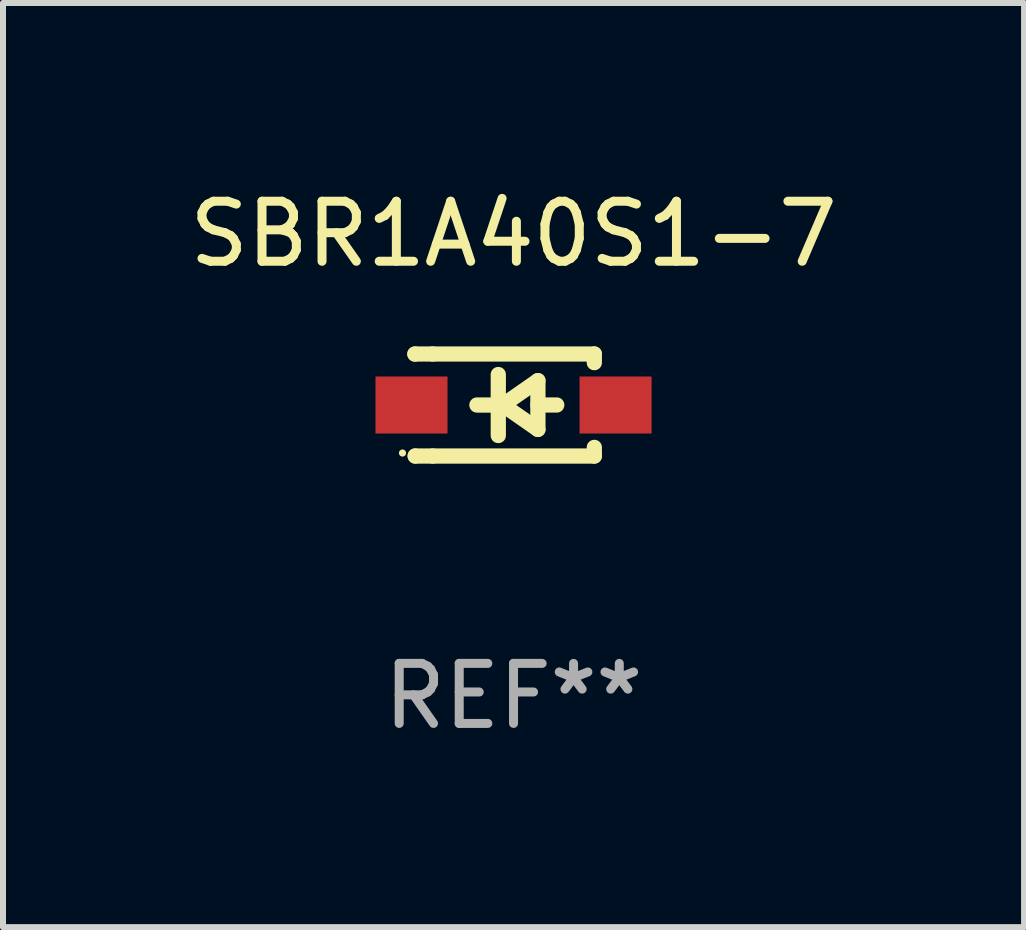
<source format=kicad_pcb>
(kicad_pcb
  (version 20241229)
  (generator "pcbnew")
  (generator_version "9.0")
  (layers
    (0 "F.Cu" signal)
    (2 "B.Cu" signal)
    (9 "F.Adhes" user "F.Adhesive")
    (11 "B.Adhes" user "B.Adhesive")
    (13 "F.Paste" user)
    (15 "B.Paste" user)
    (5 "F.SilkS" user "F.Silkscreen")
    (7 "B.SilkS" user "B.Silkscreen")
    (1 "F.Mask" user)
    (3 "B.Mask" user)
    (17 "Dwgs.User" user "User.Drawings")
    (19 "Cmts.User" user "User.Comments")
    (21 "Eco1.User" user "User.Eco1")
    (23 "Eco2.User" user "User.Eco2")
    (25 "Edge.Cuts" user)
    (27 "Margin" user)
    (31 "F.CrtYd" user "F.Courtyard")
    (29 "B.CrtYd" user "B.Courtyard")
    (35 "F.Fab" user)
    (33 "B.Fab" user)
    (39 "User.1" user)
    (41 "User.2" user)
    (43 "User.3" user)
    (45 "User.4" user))
  (footprint "SBR1A40S1-7"
    (layer "F.Cu")
    (at 5.506 3.698)
    (property "Reference" "SBR1A40S1-7" (at 0 -2.85 0) (layer "F.SilkS") (effects (font (size 1 1) (thickness 0.15))))
    (attr through_hole)
    (fp_line (start -1.643 -0.85) (end -1.644 -0.849) (stroke (width 0.254) (type solid)) (layer "F.SilkS"))
    (fp_line (start -1.638 0.85) (end -1.639 0.849) (stroke (width 0.254) (type solid)) (layer "F.SilkS"))
    (fp_line (start -1.346 -0.85) (end -1.643 -0.85) (stroke (width 0.254) (type solid)) (layer "F.SilkS"))
    (fp_line (start -1.346 -0.85) (end 1.346 -0.85) (stroke (width 0.254) (type solid)) (layer "F.SilkS"))
    (fp_line (start -1.346 0.85) (end -1.638 0.85) (stroke (width 0.254) (type solid)) (layer "F.SilkS"))
    (fp_line (start -0.28 0) (end -0.61 0) (stroke (width 0.254) (type solid)) (layer "F.SilkS"))
    (fp_line (start -0.254 -0.508) (end -0.254 0.508) (stroke (width 0.254) (type solid)) (layer "F.SilkS"))
    (fp_line (start -0.178 0) (end 0.406 -0.406) (stroke (width 0.254) (type solid)) (layer "F.SilkS"))
    (fp_line (start 0.406 -0.406) (end 0.406 0.406) (stroke (width 0.254) (type solid)) (layer "F.SilkS"))
    (fp_line (start 0.406 -0.000254) (end 0.72 -0.000254) (stroke (width 0.254) (type solid)) (layer "F.SilkS"))
    (fp_line (start 0.406 0.406) (end -0.178 0) (stroke (width 0.254) (type solid)) (layer "F.SilkS"))
    (fp_line (start 1.346 -0.85) (end 1.346 -0.706) (stroke (width 0.254) (type solid)) (layer "F.SilkS"))
    (fp_line (start 1.346 0.706) (end 1.346 0.85) (stroke (width 0.254) (type solid)) (layer "F.SilkS"))
    (fp_line (start 1.346 0.85) (end -1.346 0.85) (stroke (width 0.254) (type solid)) (layer "F.SilkS"))
    (fp_circle (center -1.85 0.8) (end -1.82 0.8) (stroke (width 0.06) (type solid)) (fill no) (layer "F.SilkS"))
    (fp_text user "REF**" (at 0 4.85 0) (layer "F.Fab") (effects (font (size 1 1) (thickness 0.15))))
    (pad "1" smd rect (at -1.7 0) (size 1.2 0.95) (layers "F.Cu" "F.Mask" "F.Paste"))
    (pad "2" smd rect (at 1.7 0) (size 1.2 0.95) (layers "F.Cu" "F.Mask" "F.Paste")))
  (gr_rect
    (start -3 -3)
    (end 14.012 12.397)
    (stroke (width 0.1) (type default))
    (fill no)
    (layer "Edge.Cuts")))
</source>
